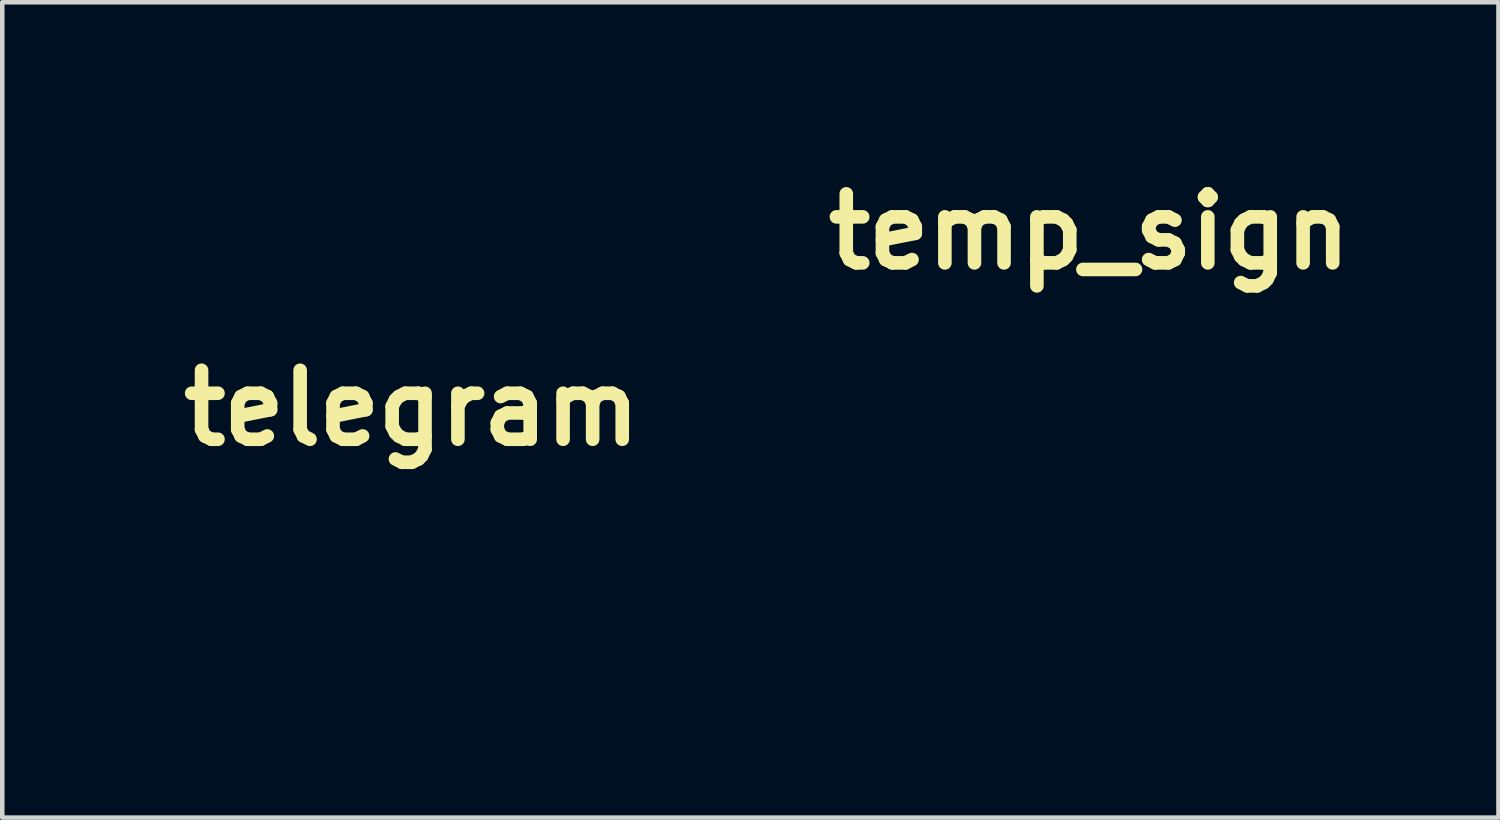
<source format=kicad_pcb>
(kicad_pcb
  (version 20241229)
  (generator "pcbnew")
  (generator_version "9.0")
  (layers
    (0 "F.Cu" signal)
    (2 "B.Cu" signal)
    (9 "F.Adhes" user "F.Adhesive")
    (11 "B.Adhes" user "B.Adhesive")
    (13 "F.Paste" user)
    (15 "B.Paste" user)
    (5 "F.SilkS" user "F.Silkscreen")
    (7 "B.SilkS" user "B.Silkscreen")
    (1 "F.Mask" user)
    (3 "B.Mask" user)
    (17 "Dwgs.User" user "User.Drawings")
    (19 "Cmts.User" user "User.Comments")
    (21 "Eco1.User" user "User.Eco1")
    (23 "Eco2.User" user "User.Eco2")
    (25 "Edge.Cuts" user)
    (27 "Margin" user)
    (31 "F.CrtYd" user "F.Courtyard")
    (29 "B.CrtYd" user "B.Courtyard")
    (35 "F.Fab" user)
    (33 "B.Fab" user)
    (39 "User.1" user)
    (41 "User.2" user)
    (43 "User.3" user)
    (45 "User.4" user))
  (footprint "temp_sign"
    (layer "F.Cu")
    (at 21.007 2.065)
    (property "Reference" "temp_sign" (at 0 0 0) (layer "F.SilkS") (effects (font (size 1.524 1.524) (thickness 0.3))))
    (attr through_hole)
    (fp_poly (pts (xy 0.113 0.633) (xy 0.114 0.816) (xy 0.119 0.965) (xy 0.126 1.072) (xy 0.136 1.132) (xy 0.141 1.143) (xy 0.162 1.183) (xy 0.169 1.254) (xy 0.163 1.331) (xy 0.145 1.39) (xy 0.134 1.404) (xy 0.044 1.451) (xy -0.039 1.443) (xy -0.086 1.41) (xy -0.126 1.356) (xy -0.133 1.292) (xy -0.126 1.246) (xy -0.119 1.184) (xy -0.111 1.078) (xy -0.104 0.938) (xy -0.098 0.776) (xy -0.094 0.642) (xy -0.082 0.141) (xy 0.113 0.141) (xy 0.113 0.633)) (stroke (width 0.01) (type solid)) (fill yes) (layer "F.Mask"))
    (fp_poly (pts (xy 0.371 -1.923) (xy 0.508 -1.786) (xy 0.508 -1.217) (xy 0.628 -1.208) (xy 0.703 -1.199) (xy 0.738 -1.18) (xy 0.748 -1.137) (xy 0.748 -1.115) (xy 0.743 -1.061) (xy 0.719 -1.035) (xy 0.659 -1.024) (xy 0.628 -1.021) (xy 0.552 -1.012) (xy 0.517 -0.992) (xy 0.508 -0.951) (xy 0.508 -0.945) (xy 0.515 -0.902) (xy 0.547 -0.88) (xy 0.618 -0.87) (xy 0.628 -0.869) (xy 0.703 -0.861) (xy 0.738 -0.841) (xy 0.748 -0.798) (xy 0.748 -0.776) (xy 0.743 -0.723) (xy 0.719 -0.696) (xy 0.659 -0.685) (xy 0.628 -0.683) (xy 0.552 -0.673) (xy 0.517 -0.653) (xy 0.508 -0.612) (xy 0.508 -0.607) (xy 0.515 -0.564) (xy 0.547 -0.542) (xy 0.618 -0.532) (xy 0.628 -0.531) (xy 0.703 -0.522) (xy 0.738 -0.502) (xy 0.748 -0.46) (xy 0.748 -0.437) (xy 0.743 -0.384) (xy 0.719 -0.358) (xy 0.658 -0.346) (xy 0.629 -0.344) (xy 0.51 -0.336) (xy 0.545 0.72) (xy 0.625 0.812) (xy 0.712 0.923) (xy 0.766 1.027) (xy 0.793 1.143) (xy 0.802 1.29) (xy 0.802 1.315) (xy 0.799 1.439) (xy 0.787 1.528) (xy 0.763 1.6) (xy 0.726 1.672) (xy 0.598 1.838) (xy 0.429 1.969) (xy 0.364 2.005) (xy 0.265 2.037) (xy 0.131 2.055) (xy -0.017 2.061) (xy -0.159 2.052) (xy -0.276 2.028) (xy -0.304 2.018) (xy -0.482 1.911) (xy -0.631 1.759) (xy -0.676 1.696) (xy -0.719 1.622) (xy -0.745 1.558) (xy -0.758 1.482) (xy -0.762 1.377) (xy -0.762 1.334) (xy -0.364 1.334) (xy -0.327 1.456) (xy -0.252 1.559) (xy -0.145 1.632) (xy -0.011 1.664) (xy 0.014 1.665) (xy 0.098 1.652) (xy 0.188 1.62) (xy 0.196 1.616) (xy 0.313 1.529) (xy 0.385 1.417) (xy 0.41 1.29) (xy 0.384 1.159) (xy 0.329 1.062) (xy 0.254 0.963) (xy 0.254 -1.717) (xy 0.159 -1.776) (xy 0.057 -1.824) (xy -0.029 -1.826) (xy -0.116 -1.78) (xy -0.139 -1.761) (xy -0.226 -1.688) (xy -0.226 0.961) (xy -0.301 1.074) (xy -0.357 1.203) (xy -0.364 1.334) (xy -0.762 1.334) (xy -0.762 1.328) (xy -0.754 1.157) (xy -0.724 1.024) (xy -0.668 0.913) (xy -0.58 0.807) (xy -0.573 0.801) (xy -0.48 0.707) (xy -0.48 -1.759) (xy -0.406 -1.855) (xy -0.309 -1.96) (xy -0.203 -2.024) (xy -0.072 -2.055) (xy 0.039 -2.06) (xy 0.234 -2.06) (xy 0.371 -1.923)) (stroke (width 0.01) (type solid)) (fill yes) (layer "F.Mask")))
  (footprint "telegram"
    (layer "F.Cu")
    (at 6.045 5.96)
    (property "Reference" "telegram" (at 0 0 0) (layer "F.SilkS") (effects (font (size 1.524 1.524) (thickness 0.3))))
    (attr through_hole)
    (fp_poly (pts (xy -4.911 1.468) (xy -5.503 1.468) (xy -5.503 0.903) (xy -4.911 0.903) (xy -4.911 1.468)) (stroke (width 0.01) (type solid)) (fill yes) (layer "F.Mask"))
    (fp_poly (pts (xy -4.318 -1.383) (xy -3.782 -1.383) (xy -3.782 -0.79) (xy -4.318 -0.79) (xy -4.318 -1.383)) (stroke (width 0.01) (type solid)) (fill yes) (layer "F.Mask"))
    (fp_poly (pts (xy -3.782 -0.254) (xy -3.782 0.903) (xy -4.318 0.903) (xy -4.318 -0.254) (xy -3.782 -0.254)) (stroke (width 0.01) (type solid)) (fill yes) (layer "F.Mask"))
    (fp_poly (pts (xy -0.903 -4.233) (xy -1.496 -4.233) (xy -1.496 -5.39) (xy -0.903 -5.39) (xy -0.903 -4.233)) (stroke (width 0.01) (type solid)) (fill yes) (layer "F.Mask"))
    (fp_poly (pts (xy -0.903 -0.254) (xy -1.496 -0.254) (xy -1.496 -0.79) (xy -0.903 -0.79) (xy -0.903 -0.254)) (stroke (width 0.01) (type solid)) (fill yes) (layer "F.Mask"))
    (fp_poly (pts (xy -0.903 6.04) (xy -1.497 6.04) (xy -1.482 4.925) (xy -0.903 4.909) (xy -0.903 6.04)) (stroke (width 0.01) (type solid)) (fill yes) (layer "F.Mask"))
    (fp_poly (pts (xy -0.339 0.903) (xy -0.339 1.468) (xy -0.903 1.468) (xy -0.903 0.903) (xy -0.339 0.903)) (stroke (width 0.01) (type solid)) (fill yes) (layer "F.Mask"))
    (fp_poly (pts (xy -0.339 4.346) (xy -0.339 3.782) (xy 0.226 3.782) (xy 0.226 4.346) (xy -0.339 4.346)) (stroke (width 0.01) (type solid)) (fill yes) (layer "F.Mask"))
    (fp_poly (pts (xy 0.226 2.06) (xy -0.339 2.06) (xy -0.339 1.468) (xy 0.226 1.468) (xy 0.226 2.06)) (stroke (width 0.01) (type solid)) (fill yes) (layer "F.Mask"))
    (fp_poly (pts (xy 0.79 -5.955) (xy 1.355 -5.955) (xy 1.355 -4.826) (xy 0.79 -4.826) (xy 0.79 -5.955)) (stroke (width 0.01) (type solid)) (fill yes) (layer "F.Mask"))
    (fp_poly (pts (xy 0.79 0.339) (xy 1.355 0.339) (xy 1.355 0.903) (xy 0.79 0.903) (xy 0.79 0.339)) (stroke (width 0.01) (type solid)) (fill yes) (layer "F.Mask"))
    (fp_poly (pts (xy 0.79 1.468) (xy 0.226 1.468) (xy 0.226 0.903) (xy 0.79 0.903) (xy 0.79 1.468)) (stroke (width 0.01) (type solid)) (fill yes) (layer "F.Mask"))
    (fp_poly (pts (xy 0.79 3.782) (xy 0.79 3.189) (xy 1.355 3.189) (xy 1.355 3.782) (xy 0.79 3.782)) (stroke (width 0.01) (type solid)) (fill yes) (layer "F.Mask"))
    (fp_poly (pts (xy 1.355 -1.947) (xy 0.79 -1.947) (xy 0.79 -2.512) (xy 1.355 -2.512) (xy 1.355 -1.947)) (stroke (width 0.01) (type solid)) (fill yes) (layer "F.Mask"))
    (fp_poly (pts (xy 3.669 0.339) (xy 4.205 0.339) (xy 4.205 0.903) (xy 3.669 0.903) (xy 3.669 0.339)) (stroke (width 0.01) (type solid)) (fill yes) (layer "F.Mask"))
    (fp_poly (pts (xy 3.669 1.468) (xy 3.076 1.468) (xy 3.076 0.903) (xy 3.669 0.903) (xy 3.669 1.468)) (stroke (width 0.01) (type solid)) (fill yes) (layer "F.Mask"))
    (fp_poly (pts (xy 5.39 6.04) (xy 4.798 6.04) (xy 4.798 5.503) (xy 5.39 5.503) (xy 5.39 6.04)) (stroke (width 0.01) (type solid)) (fill yes) (layer "F.Mask"))
    (fp_poly (pts (xy 3.076 6.04) (xy 2.481 6.04) (xy 2.49 5.779) (xy 2.498 5.517) (xy 3.076 5.501) (xy 3.076 6.04)) (stroke (width 0.01) (type solid)) (fill yes) (layer "F.Mask"))
    (fp_poly (pts (xy -6.04 -0.254) (xy -6.04 -1.383) (xy -4.911 -1.383) (xy -4.911 -0.79) (xy -4.318 -0.79) (xy -4.318 -0.254) (xy -6.04 -0.254)) (stroke (width 0.01) (type solid)) (fill yes) (layer "F.Mask"))
    (fp_poly (pts (xy -4.057 -4.819) (xy -3.203 -4.812) (xy -3.196 -3.958) (xy -3.188 -3.104) (xy -4.911 -3.104) (xy -4.911 -4.827) (xy -4.057 -4.819)) (stroke (width 0.01) (type solid)) (fill yes) (layer "F.Mask"))
    (fp_poly (pts (xy -4.057 3.196) (xy -3.203 3.203) (xy -3.196 4.057) (xy -3.188 4.911) (xy -4.911 4.911) (xy -4.911 3.188) (xy -4.057 3.196)) (stroke (width 0.01) (type solid)) (fill yes) (layer "F.Mask"))
    (fp_poly (pts (xy 0.79 -4.233) (xy -0.339 -4.233) (xy -0.339 -5.955) (xy 0.226 -5.955) (xy 0.226 -4.826) (xy 0.79 -4.826) (xy 0.79 -4.233)) (stroke (width 0.01) (type solid)) (fill yes) (layer "F.Mask"))
    (fp_poly (pts (xy 1.947 4.346) (xy 1.947 4.911) (xy 1.355 4.911) (xy 1.355 3.782) (xy 2.484 3.782) (xy 2.484 4.346) (xy 1.947 4.346)) (stroke (width 0.01) (type solid)) (fill yes) (layer "F.Mask"))
    (fp_poly (pts (xy 3.669 2.06) (xy 3.669 3.189) (xy 3.076 3.189) (xy 3.076 2.625) (xy 0.226 2.625) (xy 0.226 2.06) (xy 3.669 2.06)) (stroke (width 0.01) (type solid)) (fill yes) (layer "F.Mask"))
    (fp_poly (pts (xy 4.798 -3.104) (xy 3.075 -3.104) (xy 3.083 -3.958) (xy 3.09 -4.812) (xy 3.944 -4.819) (xy 4.798 -4.827) (xy 4.798 -3.104)) (stroke (width 0.01) (type solid)) (fill yes) (layer "F.Mask"))
    (fp_poly (pts (xy 0.79 4.346) (xy 0.79 4.911) (xy 1.355 4.911) (xy 1.355 5.503) (xy -0.339 5.503) (xy -0.339 4.911) (xy 0.226 4.911) (xy 0.226 4.346) (xy 0.79 4.346)) (stroke (width 0.01) (type solid)) (fill yes) (layer "F.Mask"))
    (fp_poly (pts (xy -2.074 -1.961) (xy -6.04 -1.947) (xy -6.04 -5.39) (xy -5.503 -5.39) (xy -5.503 -2.512) (xy -2.625 -2.512) (xy -2.625 -5.39) (xy -5.503 -5.39) (xy -6.04 -5.39) (xy -6.04 -5.955) (xy -2.06 -5.955) (xy -2.074 -1.961)) (stroke (width 0.01) (type solid)) (fill yes) (layer "F.Mask"))
    (fp_poly (pts (xy -2.06 6.04) (xy -6.04 6.04) (xy -6.04 2.625) (xy -5.503 2.625) (xy -5.503 5.503) (xy -2.625 5.503) (xy -2.625 2.625) (xy -5.503 2.625) (xy -6.04 2.625) (xy -6.04 2.06) (xy -2.06 2.06) (xy -2.06 6.04)) (stroke (width 0.01) (type solid)) (fill yes) (layer "F.Mask"))
    (fp_poly (pts (xy 3.669 -0.256) (xy 3.09 -0.24) (xy 3.075 0.903) (xy 1.946 0.903) (xy 1.961 -0.24) (xy 2.223 -0.248) (xy 2.484 -0.256) (xy 2.484 -0.79) (xy 1.947 -0.79) (xy 1.947 -1.383) (xy 3.669 -1.383) (xy 3.669 -0.256)) (stroke (width 0.01) (type solid)) (fill yes) (layer "F.Mask"))
    (fp_poly (pts (xy -0.339 -0.254) (xy 0.226 -0.254) (xy 0.226 -0.79) (xy -0.339 -0.79) (xy -0.339 -1.383) (xy 1.355 -1.383) (xy 1.355 -0.79) (xy 0.79 -0.79) (xy 0.79 0.339) (xy 0.226 0.339) (xy 0.226 0.903) (xy -0.339 0.903) (xy -0.339 -0.254)) (stroke (width 0.01) (type solid)) (fill yes) (layer "F.Mask"))
    (fp_poly (pts (xy 3.076 4.346) (xy 3.076 3.782) (xy 4.203 3.782) (xy 4.211 4.057) (xy 4.219 4.332) (xy 4.508 4.34) (xy 4.798 4.348) (xy 4.798 4.909) (xy 4.508 4.917) (xy 4.219 4.925) (xy 4.212 5.482) (xy 4.204 6.04) (xy 3.669 6.04) (xy 3.669 4.911) (xy 2.484 4.911) (xy 2.484 4.346) (xy 3.076 4.346)) (stroke (width 0.01) (type solid)) (fill yes) (layer "F.Mask"))
    (fp_poly (pts (xy 5.39 -0.79) (xy 5.927 -0.79) (xy 5.927 2.06) (xy 5.39 2.06) (xy 5.39 2.625) (xy 5.927 2.625) (xy 5.927 3.189) (xy 5.39 3.189) (xy 5.39 3.782) (xy 5.927 3.782) (xy 5.927 4.911) (xy 5.39 4.911) (xy 5.39 4.346) (xy 4.798 4.346) (xy 4.798 2.627) (xy 4.508 2.619) (xy 4.219 2.611) (xy 4.219 1.482) (xy 4.508 1.474) (xy 4.798 1.466) (xy 4.798 -0.254) (xy 4.204 -0.254) (xy 4.212 -0.811) (xy 4.219 -1.369) (xy 4.805 -1.376) (xy 5.39 -1.384) (xy 5.39 -0.79)) (stroke (width 0.01) (type solid)) (fill yes) (layer "F.Mask"))
    (fp_poly (pts (xy 5.927 -1.947) (xy 3.956 -1.947) (xy 3.627 -1.948) (xy 3.315 -1.948) (xy 3.025 -1.95) (xy 2.76 -1.951) (xy 2.525 -1.953) (xy 2.326 -1.955) (xy 2.165 -1.958) (xy 2.049 -1.961) (xy 1.982 -1.964) (xy 1.966 -1.966) (xy 1.963 -1.997) (xy 1.96 -2.079) (xy 1.957 -2.209) (xy 1.955 -2.382) (xy 1.953 -2.593) (xy 1.951 -2.837) (xy 1.949 -3.111) (xy 1.948 -3.409) (xy 1.947 -3.727) (xy 1.947 -3.97) (xy 1.947 -5.39) (xy 2.484 -5.39) (xy 2.484 -2.512) (xy 5.39 -2.512) (xy 5.39 -5.39) (xy 2.484 -5.39) (xy 1.947 -5.39) (xy 1.947 -5.955) (xy 5.927 -5.955) (xy 5.927 -1.947)) (stroke (width 0.01) (type solid)) (fill yes) (layer "F.Mask"))
    (fp_poly (pts (xy -2.627 -0.79) (xy -2.619 -1.079) (xy -2.611 -1.369) (xy -2.053 -1.376) (xy -1.496 -1.384) (xy -1.496 -3.668) (xy -0.36 -3.676) (xy 0.776 -3.683) (xy 0.784 -3.958) (xy 0.792 -4.233) (xy 1.355 -4.233) (xy 1.355 -3.106) (xy 0.797 -3.098) (xy 0.24 -3.09) (xy 0.225 -1.947) (xy -0.337 -1.947) (xy -0.345 -2.223) (xy -0.353 -2.498) (xy -0.628 -2.506) (xy -0.903 -2.514) (xy -0.903 -1.948) (xy -0.903 -1.383) (xy -1.496 -1.383) (xy -1.496 -0.79) (xy -2.625 -0.79) (xy -2.625 -0.256) (xy -2.349 -0.248) (xy -2.074 -0.24) (xy -2.066 0.049) (xy -2.058 0.339) (xy -2.625 0.339) (xy -2.625 -0.254) (xy -3.782 -0.254) (xy -3.782 -0.79) (xy -2.627 -0.79)) (stroke (width 0.01) (type solid)) (fill yes) (layer "F.Mask"))
    (fp_poly (pts (xy 0.226 3.189) (xy -0.339 3.189) (xy -0.339 3.782) (xy -0.903 3.782) (xy -0.903 4.065) (xy -0.903 4.348) (xy -1.192 4.34) (xy -1.482 4.332) (xy -1.482 3.796) (xy -1.192 3.788) (xy -0.903 3.78) (xy -0.903 2.627) (xy -1.482 2.611) (xy -1.497 1.468) (xy -3.782 1.468) (xy -3.782 0.905) (xy -3.493 0.897) (xy -3.203 0.889) (xy -3.195 0.614) (xy -3.187 0.339) (xy -2.627 0.339) (xy -2.619 0.614) (xy -2.611 0.889) (xy -1.498 0.904) (xy -1.49 0.629) (xy -1.482 0.353) (xy -0.903 0.337) (xy -0.903 0.903) (xy -1.496 0.903) (xy -1.496 1.468) (xy -0.903 1.468) (xy -0.903 2.06) (xy -0.339 2.06) (xy -0.339 2.625) (xy 0.226 2.625) (xy 0.226 3.189)) (stroke (width 0.01) (type solid)) (fill yes) (layer "F.Mask")))
  (gr_rect
    (start -3 -3)
    (end 30.038 15.004)
    (stroke (width 0.1) (type default))
    (fill no)
    (layer "Edge.Cuts")))
</source>
